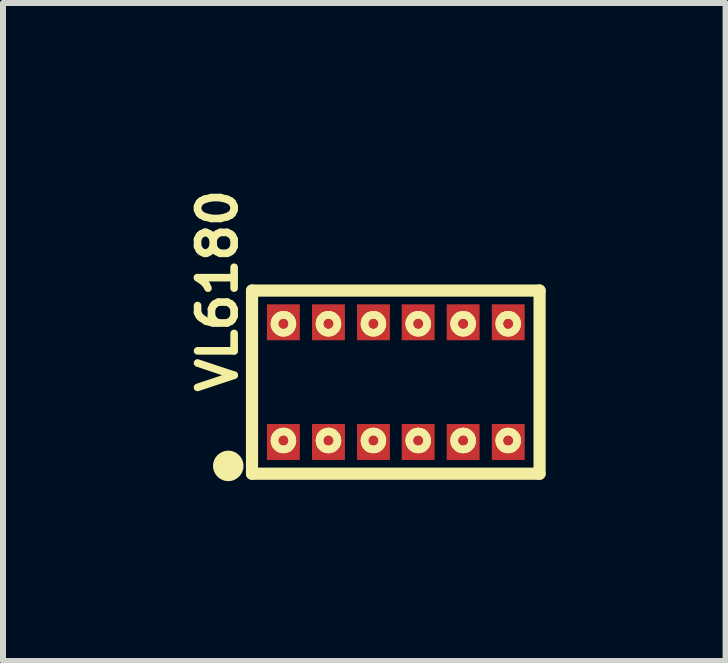
<source format=kicad_pcb>
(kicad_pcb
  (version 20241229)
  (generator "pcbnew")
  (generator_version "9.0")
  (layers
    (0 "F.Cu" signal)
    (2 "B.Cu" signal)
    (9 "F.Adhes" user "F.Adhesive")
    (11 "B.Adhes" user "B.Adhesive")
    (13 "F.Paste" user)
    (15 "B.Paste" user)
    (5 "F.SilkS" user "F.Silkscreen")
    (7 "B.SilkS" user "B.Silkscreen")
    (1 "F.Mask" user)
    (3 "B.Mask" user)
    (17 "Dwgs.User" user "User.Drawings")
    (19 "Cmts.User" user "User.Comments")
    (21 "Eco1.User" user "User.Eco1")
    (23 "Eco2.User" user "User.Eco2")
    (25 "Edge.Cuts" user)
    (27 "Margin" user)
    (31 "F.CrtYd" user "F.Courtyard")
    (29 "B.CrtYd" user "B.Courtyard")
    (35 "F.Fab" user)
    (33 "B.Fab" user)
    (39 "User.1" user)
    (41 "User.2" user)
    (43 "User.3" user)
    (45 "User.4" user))
  (footprint "VL6180"
    (layer "F.Cu")
    (at 3.551 3.323)
    (property "Reference" "VL6180" (at -2.972 -1.524 90) (layer "F.SilkS") (effects (font (size 0.61 0.61) (thickness 0.127))))
    (attr smd)
    (fp_line (start -2.398 -1.527) (end 2.398 -1.527) (stroke (width 0.203) (type solid)) (layer "F.SilkS"))
    (fp_line (start -2.398 1.527) (end -2.398 -1.527) (stroke (width 0.203) (type solid)) (layer "F.SilkS"))
    (fp_line (start -2.024 -0.973) (end -2.019 -1.013) (stroke (width 0.127) (type solid)) (layer "F.SilkS"))
    (fp_line (start -2.024 0.973) (end -2.019 0.935) (stroke (width 0.127) (type solid)) (layer "F.SilkS"))
    (fp_line (start -2.019 -1.013) (end -2.004 -1.049) (stroke (width 0.127) (type solid)) (layer "F.SilkS"))
    (fp_line (start -2.019 -0.935) (end -2.024 -0.973) (stroke (width 0.127) (type solid)) (layer "F.SilkS"))
    (fp_line (start -2.019 0.935) (end -2.004 0.899) (stroke (width 0.127) (type solid)) (layer "F.SilkS"))
    (fp_line (start -2.019 1.013) (end -2.024 0.973) (stroke (width 0.127) (type solid)) (layer "F.SilkS"))
    (fp_line (start -2.004 -1.049) (end -1.979 -1.079) (stroke (width 0.127) (type solid)) (layer "F.SilkS"))
    (fp_line (start -2.004 -0.899) (end -2.019 -0.935) (stroke (width 0.127) (type solid)) (layer "F.SilkS"))
    (fp_line (start -2.004 0.899) (end -1.979 0.869) (stroke (width 0.127) (type solid)) (layer "F.SilkS"))
    (fp_line (start -2.004 1.049) (end -2.019 1.013) (stroke (width 0.127) (type solid)) (layer "F.SilkS"))
    (fp_line (start -1.979 -1.079) (end -1.948 -1.105) (stroke (width 0.127) (type solid)) (layer "F.SilkS"))
    (fp_line (start -1.979 -0.869) (end -2.004 -0.899) (stroke (width 0.127) (type solid)) (layer "F.SilkS"))
    (fp_line (start -1.979 0.869) (end -1.948 0.843) (stroke (width 0.127) (type solid)) (layer "F.SilkS"))
    (fp_line (start -1.979 1.079) (end -2.004 1.049) (stroke (width 0.127) (type solid)) (layer "F.SilkS"))
    (fp_line (start -1.948 -1.105) (end -1.913 -1.118) (stroke (width 0.127) (type solid)) (layer "F.SilkS"))
    (fp_line (start -1.948 -0.843) (end -1.979 -0.869) (stroke (width 0.127) (type solid)) (layer "F.SilkS"))
    (fp_line (start -1.948 0.843) (end -1.913 0.828) (stroke (width 0.127) (type solid)) (layer "F.SilkS"))
    (fp_line (start -1.948 1.105) (end -1.979 1.079) (stroke (width 0.127) (type solid)) (layer "F.SilkS"))
    (fp_line (start -1.913 -1.118) (end -1.875 -1.123) (stroke (width 0.127) (type solid)) (layer "F.SilkS"))
    (fp_line (start -1.913 -0.828) (end -1.948 -0.843) (stroke (width 0.127) (type solid)) (layer "F.SilkS"))
    (fp_line (start -1.913 0.828) (end -1.875 0.823) (stroke (width 0.127) (type solid)) (layer "F.SilkS"))
    (fp_line (start -1.913 1.118) (end -1.948 1.105) (stroke (width 0.127) (type solid)) (layer "F.SilkS"))
    (fp_line (start -1.875 -1.123) (end -1.834 -1.118) (stroke (width 0.127) (type solid)) (layer "F.SilkS"))
    (fp_line (start -1.875 -0.823) (end -1.913 -0.828) (stroke (width 0.127) (type solid)) (layer "F.SilkS"))
    (fp_line (start -1.875 0.823) (end -1.834 0.828) (stroke (width 0.127) (type solid)) (layer "F.SilkS"))
    (fp_line (start -1.875 1.123) (end -1.913 1.118) (stroke (width 0.127) (type solid)) (layer "F.SilkS"))
    (fp_line (start -1.834 -1.118) (end -1.798 -1.105) (stroke (width 0.127) (type solid)) (layer "F.SilkS"))
    (fp_line (start -1.834 -0.828) (end -1.875 -0.823) (stroke (width 0.127) (type solid)) (layer "F.SilkS"))
    (fp_line (start -1.834 0.828) (end -1.798 0.843) (stroke (width 0.127) (type solid)) (layer "F.SilkS"))
    (fp_line (start -1.834 1.118) (end -1.875 1.123) (stroke (width 0.127) (type solid)) (layer "F.SilkS"))
    (fp_line (start -1.798 -1.105) (end -1.768 -1.079) (stroke (width 0.127) (type solid)) (layer "F.SilkS"))
    (fp_line (start -1.798 -0.843) (end -1.834 -0.828) (stroke (width 0.127) (type solid)) (layer "F.SilkS"))
    (fp_line (start -1.798 0.843) (end -1.768 0.869) (stroke (width 0.127) (type solid)) (layer "F.SilkS"))
    (fp_line (start -1.798 1.105) (end -1.834 1.118) (stroke (width 0.127) (type solid)) (layer "F.SilkS"))
    (fp_line (start -1.768 -1.079) (end -1.745 -1.049) (stroke (width 0.127) (type solid)) (layer "F.SilkS"))
    (fp_line (start -1.768 -0.869) (end -1.798 -0.843) (stroke (width 0.127) (type solid)) (layer "F.SilkS"))
    (fp_line (start -1.768 0.869) (end -1.745 0.899) (stroke (width 0.127) (type solid)) (layer "F.SilkS"))
    (fp_line (start -1.768 1.079) (end -1.798 1.105) (stroke (width 0.127) (type solid)) (layer "F.SilkS"))
    (fp_line (start -1.745 -1.049) (end -1.73 -1.013) (stroke (width 0.127) (type solid)) (layer "F.SilkS"))
    (fp_line (start -1.745 -0.899) (end -1.768 -0.869) (stroke (width 0.127) (type solid)) (layer "F.SilkS"))
    (fp_line (start -1.745 0.899) (end -1.73 0.935) (stroke (width 0.127) (type solid)) (layer "F.SilkS"))
    (fp_line (start -1.745 1.049) (end -1.768 1.079) (stroke (width 0.127) (type solid)) (layer "F.SilkS"))
    (fp_line (start -1.73 -1.013) (end -1.725 -0.973) (stroke (width 0.127) (type solid)) (layer "F.SilkS"))
    (fp_line (start -1.73 -0.935) (end -1.745 -0.899) (stroke (width 0.127) (type solid)) (layer "F.SilkS"))
    (fp_line (start -1.73 0.935) (end -1.725 0.973) (stroke (width 0.127) (type solid)) (layer "F.SilkS"))
    (fp_line (start -1.73 1.013) (end -1.745 1.049) (stroke (width 0.127) (type solid)) (layer "F.SilkS"))
    (fp_line (start -1.725 -0.973) (end -1.73 -0.935) (stroke (width 0.127) (type solid)) (layer "F.SilkS"))
    (fp_line (start -1.725 0.973) (end -1.73 1.013) (stroke (width 0.127) (type solid)) (layer "F.SilkS"))
    (fp_line (start -1.273 -0.973) (end -1.267 -1.013) (stroke (width 0.127) (type solid)) (layer "F.SilkS"))
    (fp_line (start -1.273 0.973) (end -1.267 0.935) (stroke (width 0.127) (type solid)) (layer "F.SilkS"))
    (fp_line (start -1.267 -1.013) (end -1.255 -1.049) (stroke (width 0.127) (type solid)) (layer "F.SilkS"))
    (fp_line (start -1.267 -0.935) (end -1.273 -0.973) (stroke (width 0.127) (type solid)) (layer "F.SilkS"))
    (fp_line (start -1.267 0.935) (end -1.255 0.899) (stroke (width 0.127) (type solid)) (layer "F.SilkS"))
    (fp_line (start -1.267 1.013) (end -1.273 0.973) (stroke (width 0.127) (type solid)) (layer "F.SilkS"))
    (fp_line (start -1.255 -1.049) (end -1.229 -1.079) (stroke (width 0.127) (type solid)) (layer "F.SilkS"))
    (fp_line (start -1.255 -0.899) (end -1.267 -0.935) (stroke (width 0.127) (type solid)) (layer "F.SilkS"))
    (fp_line (start -1.255 0.899) (end -1.229 0.869) (stroke (width 0.127) (type solid)) (layer "F.SilkS"))
    (fp_line (start -1.255 1.049) (end -1.267 1.013) (stroke (width 0.127) (type solid)) (layer "F.SilkS"))
    (fp_line (start -1.229 -1.079) (end -1.199 -1.105) (stroke (width 0.127) (type solid)) (layer "F.SilkS"))
    (fp_line (start -1.229 -0.869) (end -1.255 -0.899) (stroke (width 0.127) (type solid)) (layer "F.SilkS"))
    (fp_line (start -1.229 0.869) (end -1.199 0.843) (stroke (width 0.127) (type solid)) (layer "F.SilkS"))
    (fp_line (start -1.229 1.079) (end -1.255 1.049) (stroke (width 0.127) (type solid)) (layer "F.SilkS"))
    (fp_line (start -1.199 -1.105) (end -1.163 -1.118) (stroke (width 0.127) (type solid)) (layer "F.SilkS"))
    (fp_line (start -1.199 -0.843) (end -1.229 -0.869) (stroke (width 0.127) (type solid)) (layer "F.SilkS"))
    (fp_line (start -1.199 0.843) (end -1.163 0.828) (stroke (width 0.127) (type solid)) (layer "F.SilkS"))
    (fp_line (start -1.199 1.105) (end -1.229 1.079) (stroke (width 0.127) (type solid)) (layer "F.SilkS"))
    (fp_line (start -1.163 -1.118) (end -1.123 -1.123) (stroke (width 0.127) (type solid)) (layer "F.SilkS"))
    (fp_line (start -1.163 -0.828) (end -1.199 -0.843) (stroke (width 0.127) (type solid)) (layer "F.SilkS"))
    (fp_line (start -1.163 0.828) (end -1.123 0.823) (stroke (width 0.127) (type solid)) (layer "F.SilkS"))
    (fp_line (start -1.163 1.118) (end -1.199 1.105) (stroke (width 0.127) (type solid)) (layer "F.SilkS"))
    (fp_line (start -1.123 -1.123) (end -1.085 -1.118) (stroke (width 0.127) (type solid)) (layer "F.SilkS"))
    (fp_line (start -1.123 -0.823) (end -1.163 -0.828) (stroke (width 0.127) (type solid)) (layer "F.SilkS"))
    (fp_line (start -1.123 0.823) (end -1.085 0.828) (stroke (width 0.127) (type solid)) (layer "F.SilkS"))
    (fp_line (start -1.123 1.123) (end -1.163 1.118) (stroke (width 0.127) (type solid)) (layer "F.SilkS"))
    (fp_line (start -1.085 -1.118) (end -1.049 -1.105) (stroke (width 0.127) (type solid)) (layer "F.SilkS"))
    (fp_line (start -1.085 -0.828) (end -1.123 -0.823) (stroke (width 0.127) (type solid)) (layer "F.SilkS"))
    (fp_line (start -1.085 0.828) (end -1.049 0.843) (stroke (width 0.127) (type solid)) (layer "F.SilkS"))
    (fp_line (start -1.085 1.118) (end -1.123 1.123) (stroke (width 0.127) (type solid)) (layer "F.SilkS"))
    (fp_line (start -1.049 -1.105) (end -1.019 -1.079) (stroke (width 0.127) (type solid)) (layer "F.SilkS"))
    (fp_line (start -1.049 -0.843) (end -1.085 -0.828) (stroke (width 0.127) (type solid)) (layer "F.SilkS"))
    (fp_line (start -1.049 0.843) (end -1.019 0.869) (stroke (width 0.127) (type solid)) (layer "F.SilkS"))
    (fp_line (start -1.049 1.105) (end -1.085 1.118) (stroke (width 0.127) (type solid)) (layer "F.SilkS"))
    (fp_line (start -1.019 -1.079) (end -0.993 -1.049) (stroke (width 0.127) (type solid)) (layer "F.SilkS"))
    (fp_line (start -1.019 -0.869) (end -1.049 -0.843) (stroke (width 0.127) (type solid)) (layer "F.SilkS"))
    (fp_line (start -1.019 0.869) (end -0.993 0.899) (stroke (width 0.127) (type solid)) (layer "F.SilkS"))
    (fp_line (start -1.019 1.079) (end -1.049 1.105) (stroke (width 0.127) (type solid)) (layer "F.SilkS"))
    (fp_line (start -0.993 -1.049) (end -0.978 -1.013) (stroke (width 0.127) (type solid)) (layer "F.SilkS"))
    (fp_line (start -0.993 -0.899) (end -1.019 -0.869) (stroke (width 0.127) (type solid)) (layer "F.SilkS"))
    (fp_line (start -0.993 0.899) (end -0.978 0.935) (stroke (width 0.127) (type solid)) (layer "F.SilkS"))
    (fp_line (start -0.993 1.049) (end -1.019 1.079) (stroke (width 0.127) (type solid)) (layer "F.SilkS"))
    (fp_line (start -0.978 -1.013) (end -0.973 -0.973) (stroke (width 0.127) (type solid)) (layer "F.SilkS"))
    (fp_line (start -0.978 -0.935) (end -0.993 -0.899) (stroke (width 0.127) (type solid)) (layer "F.SilkS"))
    (fp_line (start -0.978 0.935) (end -0.973 0.973) (stroke (width 0.127) (type solid)) (layer "F.SilkS"))
    (fp_line (start -0.978 1.013) (end -0.993 1.049) (stroke (width 0.127) (type solid)) (layer "F.SilkS"))
    (fp_line (start -0.973 -0.973) (end -0.978 -0.935) (stroke (width 0.127) (type solid)) (layer "F.SilkS"))
    (fp_line (start -0.973 0.973) (end -0.978 1.013) (stroke (width 0.127) (type solid)) (layer "F.SilkS"))
    (fp_line (start -0.523 -0.973) (end -0.518 -1.013) (stroke (width 0.127) (type solid)) (layer "F.SilkS"))
    (fp_line (start -0.523 0.973) (end -0.518 0.935) (stroke (width 0.127) (type solid)) (layer "F.SilkS"))
    (fp_line (start -0.518 -1.013) (end -0.503 -1.049) (stroke (width 0.127) (type solid)) (layer "F.SilkS"))
    (fp_line (start -0.518 -0.935) (end -0.523 -0.973) (stroke (width 0.127) (type solid)) (layer "F.SilkS"))
    (fp_line (start -0.518 0.935) (end -0.503 0.899) (stroke (width 0.127) (type solid)) (layer "F.SilkS"))
    (fp_line (start -0.518 1.013) (end -0.523 0.973) (stroke (width 0.127) (type solid)) (layer "F.SilkS"))
    (fp_line (start -0.503 -1.049) (end -0.48 -1.079) (stroke (width 0.127) (type solid)) (layer "F.SilkS"))
    (fp_line (start -0.503 -0.899) (end -0.518 -0.935) (stroke (width 0.127) (type solid)) (layer "F.SilkS"))
    (fp_line (start -0.503 0.899) (end -0.48 0.869) (stroke (width 0.127) (type solid)) (layer "F.SilkS"))
    (fp_line (start -0.503 1.049) (end -0.518 1.013) (stroke (width 0.127) (type solid)) (layer "F.SilkS"))
    (fp_line (start -0.48 -1.079) (end -0.45 -1.105) (stroke (width 0.127) (type solid)) (layer "F.SilkS"))
    (fp_line (start -0.48 -0.869) (end -0.503 -0.899) (stroke (width 0.127) (type solid)) (layer "F.SilkS"))
    (fp_line (start -0.48 0.869) (end -0.45 0.843) (stroke (width 0.127) (type solid)) (layer "F.SilkS"))
    (fp_line (start -0.48 1.079) (end -0.503 1.049) (stroke (width 0.127) (type solid)) (layer "F.SilkS"))
    (fp_line (start -0.45 -1.105) (end -0.411 -1.118) (stroke (width 0.127) (type solid)) (layer "F.SilkS"))
    (fp_line (start -0.45 -0.843) (end -0.48 -0.869) (stroke (width 0.127) (type solid)) (layer "F.SilkS"))
    (fp_line (start -0.45 0.843) (end -0.411 0.828) (stroke (width 0.127) (type solid)) (layer "F.SilkS"))
    (fp_line (start -0.45 1.105) (end -0.48 1.079) (stroke (width 0.127) (type solid)) (layer "F.SilkS"))
    (fp_line (start -0.411 -1.118) (end -0.373 -1.123) (stroke (width 0.127) (type solid)) (layer "F.SilkS"))
    (fp_line (start -0.411 -0.828) (end -0.45 -0.843) (stroke (width 0.127) (type solid)) (layer "F.SilkS"))
    (fp_line (start -0.411 0.828) (end -0.373 0.823) (stroke (width 0.127) (type solid)) (layer "F.SilkS"))
    (fp_line (start -0.411 1.118) (end -0.45 1.105) (stroke (width 0.127) (type solid)) (layer "F.SilkS"))
    (fp_line (start -0.373 -1.123) (end -0.335 -1.118) (stroke (width 0.127) (type solid)) (layer "F.SilkS"))
    (fp_line (start -0.373 -0.823) (end -0.411 -0.828) (stroke (width 0.127) (type solid)) (layer "F.SilkS"))
    (fp_line (start -0.373 0.823) (end -0.335 0.828) (stroke (width 0.127) (type solid)) (layer "F.SilkS"))
    (fp_line (start -0.373 1.123) (end -0.411 1.118) (stroke (width 0.127) (type solid)) (layer "F.SilkS"))
    (fp_line (start -0.335 -1.118) (end -0.3 -1.105) (stroke (width 0.127) (type solid)) (layer "F.SilkS"))
    (fp_line (start -0.335 -0.828) (end -0.373 -0.823) (stroke (width 0.127) (type solid)) (layer "F.SilkS"))
    (fp_line (start -0.335 0.828) (end -0.3 0.843) (stroke (width 0.127) (type solid)) (layer "F.SilkS"))
    (fp_line (start -0.335 1.118) (end -0.373 1.123) (stroke (width 0.127) (type solid)) (layer "F.SilkS"))
    (fp_line (start -0.3 -1.105) (end -0.267 -1.079) (stroke (width 0.127) (type solid)) (layer "F.SilkS"))
    (fp_line (start -0.3 -0.843) (end -0.335 -0.828) (stroke (width 0.127) (type solid)) (layer "F.SilkS"))
    (fp_line (start -0.3 0.843) (end -0.267 0.869) (stroke (width 0.127) (type solid)) (layer "F.SilkS"))
    (fp_line (start -0.3 1.105) (end -0.335 1.118) (stroke (width 0.127) (type solid)) (layer "F.SilkS"))
    (fp_line (start -0.267 -1.079) (end -0.244 -1.049) (stroke (width 0.127) (type solid)) (layer "F.SilkS"))
    (fp_line (start -0.267 -0.869) (end -0.3 -0.843) (stroke (width 0.127) (type solid)) (layer "F.SilkS"))
    (fp_line (start -0.267 0.869) (end -0.244 0.899) (stroke (width 0.127) (type solid)) (layer "F.SilkS"))
    (fp_line (start -0.267 1.079) (end -0.3 1.105) (stroke (width 0.127) (type solid)) (layer "F.SilkS"))
    (fp_line (start -0.244 -1.049) (end -0.229 -1.013) (stroke (width 0.127) (type solid)) (layer "F.SilkS"))
    (fp_line (start -0.244 -0.899) (end -0.267 -0.869) (stroke (width 0.127) (type solid)) (layer "F.SilkS"))
    (fp_line (start -0.244 0.899) (end -0.229 0.935) (stroke (width 0.127) (type solid)) (layer "F.SilkS"))
    (fp_line (start -0.244 1.049) (end -0.267 1.079) (stroke (width 0.127) (type solid)) (layer "F.SilkS"))
    (fp_line (start -0.229 -1.013) (end -0.224 -0.973) (stroke (width 0.127) (type solid)) (layer "F.SilkS"))
    (fp_line (start -0.229 -0.935) (end -0.244 -0.899) (stroke (width 0.127) (type solid)) (layer "F.SilkS"))
    (fp_line (start -0.229 0.935) (end -0.224 0.973) (stroke (width 0.127) (type solid)) (layer "F.SilkS"))
    (fp_line (start -0.229 1.013) (end -0.244 1.049) (stroke (width 0.127) (type solid)) (layer "F.SilkS"))
    (fp_line (start -0.224 -0.973) (end -0.229 -0.935) (stroke (width 0.127) (type solid)) (layer "F.SilkS"))
    (fp_line (start -0.224 0.973) (end -0.229 1.013) (stroke (width 0.127) (type solid)) (layer "F.SilkS"))
    (fp_line (start 0.224 -0.973) (end 0.229 -1.013) (stroke (width 0.127) (type solid)) (layer "F.SilkS"))
    (fp_line (start 0.224 0.973) (end 0.229 0.935) (stroke (width 0.127) (type solid)) (layer "F.SilkS"))
    (fp_line (start 0.229 -1.013) (end 0.244 -1.049) (stroke (width 0.127) (type solid)) (layer "F.SilkS"))
    (fp_line (start 0.229 -0.935) (end 0.224 -0.973) (stroke (width 0.127) (type solid)) (layer "F.SilkS"))
    (fp_line (start 0.229 0.935) (end 0.244 0.899) (stroke (width 0.127) (type solid)) (layer "F.SilkS"))
    (fp_line (start 0.229 1.013) (end 0.224 0.973) (stroke (width 0.127) (type solid)) (layer "F.SilkS"))
    (fp_line (start 0.244 -1.049) (end 0.267 -1.079) (stroke (width 0.127) (type solid)) (layer "F.SilkS"))
    (fp_line (start 0.244 -0.899) (end 0.229 -0.935) (stroke (width 0.127) (type solid)) (layer "F.SilkS"))
    (fp_line (start 0.244 0.899) (end 0.267 0.869) (stroke (width 0.127) (type solid)) (layer "F.SilkS"))
    (fp_line (start 0.244 1.049) (end 0.229 1.013) (stroke (width 0.127) (type solid)) (layer "F.SilkS"))
    (fp_line (start 0.267 -1.079) (end 0.3 -1.105) (stroke (width 0.127) (type solid)) (layer "F.SilkS"))
    (fp_line (start 0.267 -0.869) (end 0.244 -0.899) (stroke (width 0.127) (type solid)) (layer "F.SilkS"))
    (fp_line (start 0.267 0.869) (end 0.3 0.843) (stroke (width 0.127) (type solid)) (layer "F.SilkS"))
    (fp_line (start 0.267 1.079) (end 0.244 1.049) (stroke (width 0.127) (type solid)) (layer "F.SilkS"))
    (fp_line (start 0.3 -1.105) (end 0.335 -1.118) (stroke (width 0.127) (type solid)) (layer "F.SilkS"))
    (fp_line (start 0.3 -0.843) (end 0.267 -0.869) (stroke (width 0.127) (type solid)) (layer "F.SilkS"))
    (fp_line (start 0.3 0.843) (end 0.335 0.828) (stroke (width 0.127) (type solid)) (layer "F.SilkS"))
    (fp_line (start 0.3 1.105) (end 0.267 1.079) (stroke (width 0.127) (type solid)) (layer "F.SilkS"))
    (fp_line (start 0.335 -1.118) (end 0.373 -1.123) (stroke (width 0.127) (type solid)) (layer "F.SilkS"))
    (fp_line (start 0.335 -0.828) (end 0.3 -0.843) (stroke (width 0.127) (type solid)) (layer "F.SilkS"))
    (fp_line (start 0.335 0.828) (end 0.373 0.823) (stroke (width 0.127) (type solid)) (layer "F.SilkS"))
    (fp_line (start 0.335 1.118) (end 0.3 1.105) (stroke (width 0.127) (type solid)) (layer "F.SilkS"))
    (fp_line (start 0.373 -1.123) (end 0.411 -1.118) (stroke (width 0.127) (type solid)) (layer "F.SilkS"))
    (fp_line (start 0.373 -0.823) (end 0.335 -0.828) (stroke (width 0.127) (type solid)) (layer "F.SilkS"))
    (fp_line (start 0.373 0.823) (end 0.411 0.828) (stroke (width 0.127) (type solid)) (layer "F.SilkS"))
    (fp_line (start 0.373 1.123) (end 0.335 1.118) (stroke (width 0.127) (type solid)) (layer "F.SilkS"))
    (fp_line (start 0.411 -1.118) (end 0.45 -1.105) (stroke (width 0.127) (type solid)) (layer "F.SilkS"))
    (fp_line (start 0.411 -0.828) (end 0.373 -0.823) (stroke (width 0.127) (type solid)) (layer "F.SilkS"))
    (fp_line (start 0.411 0.828) (end 0.45 0.843) (stroke (width 0.127) (type solid)) (layer "F.SilkS"))
    (fp_line (start 0.411 1.118) (end 0.373 1.123) (stroke (width 0.127) (type solid)) (layer "F.SilkS"))
    (fp_line (start 0.45 -1.105) (end 0.48 -1.079) (stroke (width 0.127) (type solid)) (layer "F.SilkS"))
    (fp_line (start 0.45 -0.843) (end 0.411 -0.828) (stroke (width 0.127) (type solid)) (layer "F.SilkS"))
    (fp_line (start 0.45 0.843) (end 0.48 0.869) (stroke (width 0.127) (type solid)) (layer "F.SilkS"))
    (fp_line (start 0.45 1.105) (end 0.411 1.118) (stroke (width 0.127) (type solid)) (layer "F.SilkS"))
    (fp_line (start 0.48 -1.079) (end 0.503 -1.049) (stroke (width 0.127) (type solid)) (layer "F.SilkS"))
    (fp_line (start 0.48 -0.869) (end 0.45 -0.843) (stroke (width 0.127) (type solid)) (layer "F.SilkS"))
    (fp_line (start 0.48 0.869) (end 0.503 0.899) (stroke (width 0.127) (type solid)) (layer "F.SilkS"))
    (fp_line (start 0.48 1.079) (end 0.45 1.105) (stroke (width 0.127) (type solid)) (layer "F.SilkS"))
    (fp_line (start 0.503 -1.049) (end 0.518 -1.013) (stroke (width 0.127) (type solid)) (layer "F.SilkS"))
    (fp_line (start 0.503 -0.899) (end 0.48 -0.869) (stroke (width 0.127) (type solid)) (layer "F.SilkS"))
    (fp_line (start 0.503 0.899) (end 0.518 0.935) (stroke (width 0.127) (type solid)) (layer "F.SilkS"))
    (fp_line (start 0.503 1.049) (end 0.48 1.079) (stroke (width 0.127) (type solid)) (layer "F.SilkS"))
    (fp_line (start 0.518 -1.013) (end 0.523 -0.973) (stroke (width 0.127) (type solid)) (layer "F.SilkS"))
    (fp_line (start 0.518 -0.935) (end 0.503 -0.899) (stroke (width 0.127) (type solid)) (layer "F.SilkS"))
    (fp_line (start 0.518 0.935) (end 0.523 0.973) (stroke (width 0.127) (type solid)) (layer "F.SilkS"))
    (fp_line (start 0.518 1.013) (end 0.503 1.049) (stroke (width 0.127) (type solid)) (layer "F.SilkS"))
    (fp_line (start 0.523 -0.973) (end 0.518 -0.935) (stroke (width 0.127) (type solid)) (layer "F.SilkS"))
    (fp_line (start 0.523 0.973) (end 0.518 1.013) (stroke (width 0.127) (type solid)) (layer "F.SilkS"))
    (fp_line (start 0.973 -0.973) (end 0.978 -1.013) (stroke (width 0.127) (type solid)) (layer "F.SilkS"))
    (fp_line (start 0.973 0.973) (end 0.978 0.935) (stroke (width 0.127) (type solid)) (layer "F.SilkS"))
    (fp_line (start 0.978 -1.013) (end 0.993 -1.049) (stroke (width 0.127) (type solid)) (layer "F.SilkS"))
    (fp_line (start 0.978 -0.935) (end 0.973 -0.973) (stroke (width 0.127) (type solid)) (layer "F.SilkS"))
    (fp_line (start 0.978 0.935) (end 0.993 0.899) (stroke (width 0.127) (type solid)) (layer "F.SilkS"))
    (fp_line (start 0.978 1.013) (end 0.973 0.973) (stroke (width 0.127) (type solid)) (layer "F.SilkS"))
    (fp_line (start 0.993 -1.049) (end 1.019 -1.079) (stroke (width 0.127) (type solid)) (layer "F.SilkS"))
    (fp_line (start 0.993 -0.899) (end 0.978 -0.935) (stroke (width 0.127) (type solid)) (layer "F.SilkS"))
    (fp_line (start 0.993 0.899) (end 1.019 0.869) (stroke (width 0.127) (type solid)) (layer "F.SilkS"))
    (fp_line (start 0.993 1.049) (end 0.978 1.013) (stroke (width 0.127) (type solid)) (layer "F.SilkS"))
    (fp_line (start 1.019 -1.079) (end 1.049 -1.105) (stroke (width 0.127) (type solid)) (layer "F.SilkS"))
    (fp_line (start 1.019 -0.869) (end 0.993 -0.899) (stroke (width 0.127) (type solid)) (layer "F.SilkS"))
    (fp_line (start 1.019 0.869) (end 1.049 0.843) (stroke (width 0.127) (type solid)) (layer "F.SilkS"))
    (fp_line (start 1.019 1.079) (end 0.993 1.049) (stroke (width 0.127) (type solid)) (layer "F.SilkS"))
    (fp_line (start 1.049 -1.105) (end 1.085 -1.118) (stroke (width 0.127) (type solid)) (layer "F.SilkS"))
    (fp_line (start 1.049 -0.843) (end 1.019 -0.869) (stroke (width 0.127) (type solid)) (layer "F.SilkS"))
    (fp_line (start 1.049 0.843) (end 1.085 0.828) (stroke (width 0.127) (type solid)) (layer "F.SilkS"))
    (fp_line (start 1.049 1.105) (end 1.019 1.079) (stroke (width 0.127) (type solid)) (layer "F.SilkS"))
    (fp_line (start 1.085 -1.118) (end 1.123 -1.123) (stroke (width 0.127) (type solid)) (layer "F.SilkS"))
    (fp_line (start 1.085 -0.828) (end 1.049 -0.843) (stroke (width 0.127) (type solid)) (layer "F.SilkS"))
    (fp_line (start 1.085 0.828) (end 1.123 0.823) (stroke (width 0.127) (type solid)) (layer "F.SilkS"))
    (fp_line (start 1.085 1.118) (end 1.049 1.105) (stroke (width 0.127) (type solid)) (layer "F.SilkS"))
    (fp_line (start 1.123 -1.123) (end 1.163 -1.118) (stroke (width 0.127) (type solid)) (layer "F.SilkS"))
    (fp_line (start 1.123 -0.823) (end 1.085 -0.828) (stroke (width 0.127) (type solid)) (layer "F.SilkS"))
    (fp_line (start 1.123 0.823) (end 1.163 0.828) (stroke (width 0.127) (type solid)) (layer "F.SilkS"))
    (fp_line (start 1.123 1.123) (end 1.085 1.118) (stroke (width 0.127) (type solid)) (layer "F.SilkS"))
    (fp_line (start 1.163 -1.118) (end 1.199 -1.105) (stroke (width 0.127) (type solid)) (layer "F.SilkS"))
    (fp_line (start 1.163 -0.828) (end 1.123 -0.823) (stroke (width 0.127) (type solid)) (layer "F.SilkS"))
    (fp_line (start 1.163 0.828) (end 1.199 0.843) (stroke (width 0.127) (type solid)) (layer "F.SilkS"))
    (fp_line (start 1.163 1.118) (end 1.123 1.123) (stroke (width 0.127) (type solid)) (layer "F.SilkS"))
    (fp_line (start 1.199 -1.105) (end 1.229 -1.079) (stroke (width 0.127) (type solid)) (layer "F.SilkS"))
    (fp_line (start 1.199 -0.843) (end 1.163 -0.828) (stroke (width 0.127) (type solid)) (layer "F.SilkS"))
    (fp_line (start 1.199 0.843) (end 1.229 0.869) (stroke (width 0.127) (type solid)) (layer "F.SilkS"))
    (fp_line (start 1.199 1.105) (end 1.163 1.118) (stroke (width 0.127) (type solid)) (layer "F.SilkS"))
    (fp_line (start 1.229 -1.079) (end 1.255 -1.049) (stroke (width 0.127) (type solid)) (layer "F.SilkS"))
    (fp_line (start 1.229 -0.869) (end 1.199 -0.843) (stroke (width 0.127) (type solid)) (layer "F.SilkS"))
    (fp_line (start 1.229 0.869) (end 1.255 0.899) (stroke (width 0.127) (type solid)) (layer "F.SilkS"))
    (fp_line (start 1.229 1.079) (end 1.199 1.105) (stroke (width 0.127) (type solid)) (layer "F.SilkS"))
    (fp_line (start 1.255 -1.049) (end 1.267 -1.013) (stroke (width 0.127) (type solid)) (layer "F.SilkS"))
    (fp_line (start 1.255 -0.899) (end 1.229 -0.869) (stroke (width 0.127) (type solid)) (layer "F.SilkS"))
    (fp_line (start 1.255 0.899) (end 1.267 0.935) (stroke (width 0.127) (type solid)) (layer "F.SilkS"))
    (fp_line (start 1.255 1.049) (end 1.229 1.079) (stroke (width 0.127) (type solid)) (layer "F.SilkS"))
    (fp_line (start 1.267 -1.013) (end 1.273 -0.973) (stroke (width 0.127) (type solid)) (layer "F.SilkS"))
    (fp_line (start 1.267 -0.935) (end 1.255 -0.899) (stroke (width 0.127) (type solid)) (layer "F.SilkS"))
    (fp_line (start 1.267 0.935) (end 1.273 0.973) (stroke (width 0.127) (type solid)) (layer "F.SilkS"))
    (fp_line (start 1.267 1.013) (end 1.255 1.049) (stroke (width 0.127) (type solid)) (layer "F.SilkS"))
    (fp_line (start 1.273 -0.973) (end 1.267 -0.935) (stroke (width 0.127) (type solid)) (layer "F.SilkS"))
    (fp_line (start 1.273 0.973) (end 1.267 1.013) (stroke (width 0.127) (type solid)) (layer "F.SilkS"))
    (fp_line (start 1.725 -0.973) (end 1.73 -1.013) (stroke (width 0.127) (type solid)) (layer "F.SilkS"))
    (fp_line (start 1.725 0.973) (end 1.73 0.935) (stroke (width 0.127) (type solid)) (layer "F.SilkS"))
    (fp_line (start 1.73 -1.013) (end 1.745 -1.049) (stroke (width 0.127) (type solid)) (layer "F.SilkS"))
    (fp_line (start 1.73 -0.935) (end 1.725 -0.973) (stroke (width 0.127) (type solid)) (layer "F.SilkS"))
    (fp_line (start 1.73 0.935) (end 1.745 0.899) (stroke (width 0.127) (type solid)) (layer "F.SilkS"))
    (fp_line (start 1.73 1.013) (end 1.725 0.973) (stroke (width 0.127) (type solid)) (layer "F.SilkS"))
    (fp_line (start 1.745 -1.049) (end 1.768 -1.079) (stroke (width 0.127) (type solid)) (layer "F.SilkS"))
    (fp_line (start 1.745 -0.899) (end 1.73 -0.935) (stroke (width 0.127) (type solid)) (layer "F.SilkS"))
    (fp_line (start 1.745 0.899) (end 1.768 0.869) (stroke (width 0.127) (type solid)) (layer "F.SilkS"))
    (fp_line (start 1.745 1.049) (end 1.73 1.013) (stroke (width 0.127) (type solid)) (layer "F.SilkS"))
    (fp_line (start 1.768 -1.079) (end 1.798 -1.105) (stroke (width 0.127) (type solid)) (layer "F.SilkS"))
    (fp_line (start 1.768 -0.869) (end 1.745 -0.899) (stroke (width 0.127) (type solid)) (layer "F.SilkS"))
    (fp_line (start 1.768 0.869) (end 1.798 0.843) (stroke (width 0.127) (type solid)) (layer "F.SilkS"))
    (fp_line (start 1.768 1.079) (end 1.745 1.049) (stroke (width 0.127) (type solid)) (layer "F.SilkS"))
    (fp_line (start 1.798 -1.105) (end 1.834 -1.118) (stroke (width 0.127) (type solid)) (layer "F.SilkS"))
    (fp_line (start 1.798 -0.843) (end 1.768 -0.869) (stroke (width 0.127) (type solid)) (layer "F.SilkS"))
    (fp_line (start 1.798 0.843) (end 1.834 0.828) (stroke (width 0.127) (type solid)) (layer "F.SilkS"))
    (fp_line (start 1.798 1.105) (end 1.768 1.079) (stroke (width 0.127) (type solid)) (layer "F.SilkS"))
    (fp_line (start 1.834 -1.118) (end 1.875 -1.123) (stroke (width 0.127) (type solid)) (layer "F.SilkS"))
    (fp_line (start 1.834 -0.828) (end 1.798 -0.843) (stroke (width 0.127) (type solid)) (layer "F.SilkS"))
    (fp_line (start 1.834 0.828) (end 1.875 0.823) (stroke (width 0.127) (type solid)) (layer "F.SilkS"))
    (fp_line (start 1.834 1.118) (end 1.798 1.105) (stroke (width 0.127) (type solid)) (layer "F.SilkS"))
    (fp_line (start 1.875 -1.123) (end 1.913 -1.118) (stroke (width 0.127) (type solid)) (layer "F.SilkS"))
    (fp_line (start 1.875 -0.823) (end 1.834 -0.828) (stroke (width 0.127) (type solid)) (layer "F.SilkS"))
    (fp_line (start 1.875 0.823) (end 1.913 0.828) (stroke (width 0.127) (type solid)) (layer "F.SilkS"))
    (fp_line (start 1.875 1.123) (end 1.834 1.118) (stroke (width 0.127) (type solid)) (layer "F.SilkS"))
    (fp_line (start 1.913 -1.118) (end 1.948 -1.105) (stroke (width 0.127) (type solid)) (layer "F.SilkS"))
    (fp_line (start 1.913 -0.828) (end 1.875 -0.823) (stroke (width 0.127) (type solid)) (layer "F.SilkS"))
    (fp_line (start 1.913 0.828) (end 1.948 0.843) (stroke (width 0.127) (type solid)) (layer "F.SilkS"))
    (fp_line (start 1.913 1.118) (end 1.875 1.123) (stroke (width 0.127) (type solid)) (layer "F.SilkS"))
    (fp_line (start 1.948 -1.105) (end 1.979 -1.079) (stroke (width 0.127) (type solid)) (layer "F.SilkS"))
    (fp_line (start 1.948 -0.843) (end 1.913 -0.828) (stroke (width 0.127) (type solid)) (layer "F.SilkS"))
    (fp_line (start 1.948 0.843) (end 1.979 0.869) (stroke (width 0.127) (type solid)) (layer "F.SilkS"))
    (fp_line (start 1.948 1.105) (end 1.913 1.118) (stroke (width 0.127) (type solid)) (layer "F.SilkS"))
    (fp_line (start 1.979 -1.079) (end 2.004 -1.049) (stroke (width 0.127) (type solid)) (layer "F.SilkS"))
    (fp_line (start 1.979 -0.869) (end 1.948 -0.843) (stroke (width 0.127) (type solid)) (layer "F.SilkS"))
    (fp_line (start 1.979 0.869) (end 2.004 0.899) (stroke (width 0.127) (type solid)) (layer "F.SilkS"))
    (fp_line (start 1.979 1.079) (end 1.948 1.105) (stroke (width 0.127) (type solid)) (layer "F.SilkS"))
    (fp_line (start 2.004 -1.049) (end 2.019 -1.013) (stroke (width 0.127) (type solid)) (layer "F.SilkS"))
    (fp_line (start 2.004 -0.899) (end 1.979 -0.869) (stroke (width 0.127) (type solid)) (layer "F.SilkS"))
    (fp_line (start 2.004 0.899) (end 2.019 0.935) (stroke (width 0.127) (type solid)) (layer "F.SilkS"))
    (fp_line (start 2.004 1.049) (end 1.979 1.079) (stroke (width 0.127) (type solid)) (layer "F.SilkS"))
    (fp_line (start 2.019 -1.013) (end 2.024 -0.973) (stroke (width 0.127) (type solid)) (layer "F.SilkS"))
    (fp_line (start 2.019 -0.935) (end 2.004 -0.899) (stroke (width 0.127) (type solid)) (layer "F.SilkS"))
    (fp_line (start 2.019 0.935) (end 2.024 0.973) (stroke (width 0.127) (type solid)) (layer "F.SilkS"))
    (fp_line (start 2.019 1.013) (end 2.004 1.049) (stroke (width 0.127) (type solid)) (layer "F.SilkS"))
    (fp_line (start 2.024 -0.973) (end 2.019 -0.935) (stroke (width 0.127) (type solid)) (layer "F.SilkS"))
    (fp_line (start 2.024 0.973) (end 2.019 1.013) (stroke (width 0.127) (type solid)) (layer "F.SilkS"))
    (fp_line (start 2.398 -1.527) (end 2.398 1.527) (stroke (width 0.203) (type solid)) (layer "F.SilkS"))
    (fp_line (start 2.398 1.527) (end -2.398 1.527) (stroke (width 0.203) (type solid)) (layer "F.SilkS"))
    (fp_circle (center -2.794 1.397) (end -2.794 1.143) (stroke (width 0) (type solid)) (fill yes) (layer "F.SilkS"))
    (pad "1" smd rect (at -1.875 0.998) (size 0.549 0.599) (layers "F.Cu" "F.Mask" "F.Paste"))
    (pad "2" smd rect (at -1.123 0.998) (size 0.549 0.599) (layers "F.Cu" "F.Mask" "F.Paste"))
    (pad "3" smd rect (at -0.373 0.998) (size 0.549 0.599) (layers "F.Cu" "F.Mask" "F.Paste"))
    (pad "4" smd rect (at 0.373 0.998) (size 0.549 0.599) (layers "F.Cu" "F.Mask" "F.Paste"))
    (pad "5" smd rect (at 1.123 0.998) (size 0.549 0.599) (layers "F.Cu" "F.Mask" "F.Paste"))
    (pad "6" smd rect (at 1.875 0.998) (size 0.549 0.599) (layers "F.Cu" "F.Mask" "F.Paste"))
    (pad "7" smd rect (at 1.875 -0.998) (size 0.549 0.599) (layers "F.Cu" "F.Mask" "F.Paste"))
    (pad "8" smd rect (at 1.123 -0.998) (size 0.549 0.599) (layers "F.Cu" "F.Mask" "F.Paste"))
    (pad "9" smd rect (at 0.373 -0.998) (size 0.549 0.599) (layers "F.Cu" "F.Mask" "F.Paste"))
    (pad "10" smd rect (at -0.373 -0.998) (size 0.549 0.599) (layers "F.Cu" "F.Mask" "F.Paste"))
    (pad "11" smd rect (at -1.123 -0.998) (size 0.549 0.599) (layers "F.Cu" "F.Mask" "F.Paste"))
    (pad "12" smd rect (at -1.875 -0.998) (size 0.549 0.599) (layers "F.Cu" "F.Mask" "F.Paste")))
  (gr_rect
    (start -3 -3)
    (end 9.051 7.974)
    (stroke (width 0.1) (type default))
    (fill no)
    (layer "Edge.Cuts")))
</source>
